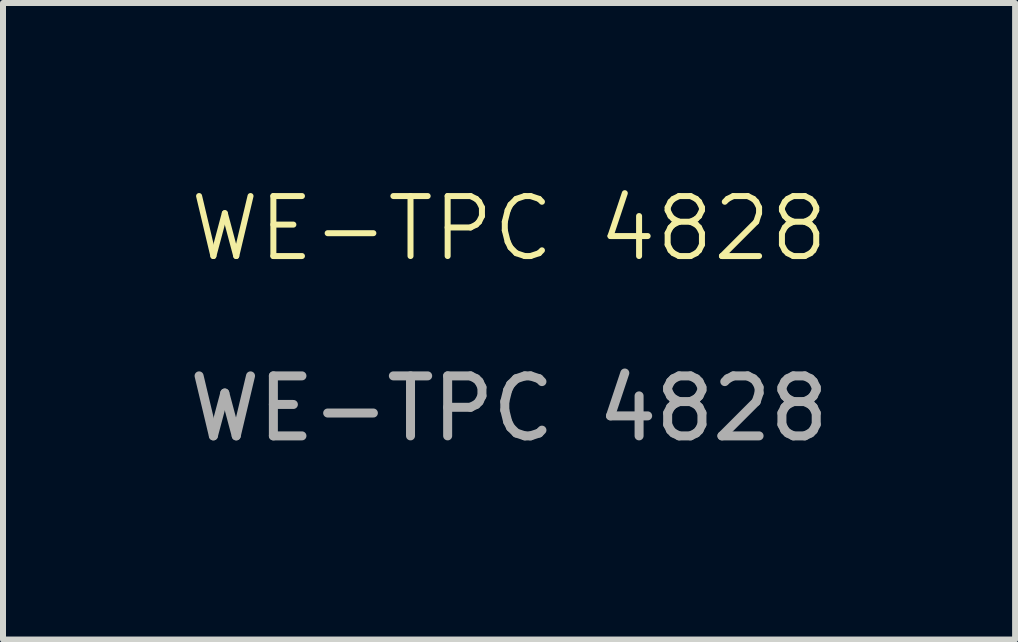
<source format=kicad_pcb>
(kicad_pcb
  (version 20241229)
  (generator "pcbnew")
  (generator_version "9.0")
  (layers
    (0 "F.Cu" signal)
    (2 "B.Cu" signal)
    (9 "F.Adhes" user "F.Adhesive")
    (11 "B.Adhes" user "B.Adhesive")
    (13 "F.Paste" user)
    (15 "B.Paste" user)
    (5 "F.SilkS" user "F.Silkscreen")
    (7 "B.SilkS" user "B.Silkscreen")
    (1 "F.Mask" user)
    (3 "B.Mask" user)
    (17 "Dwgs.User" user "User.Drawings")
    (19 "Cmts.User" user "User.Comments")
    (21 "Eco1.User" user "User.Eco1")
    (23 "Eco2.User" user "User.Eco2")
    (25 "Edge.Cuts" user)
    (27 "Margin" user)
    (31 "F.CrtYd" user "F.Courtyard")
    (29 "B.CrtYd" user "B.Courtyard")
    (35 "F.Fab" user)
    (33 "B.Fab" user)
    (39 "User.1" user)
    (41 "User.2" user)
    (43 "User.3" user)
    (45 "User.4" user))
  (footprint "WE-TPC 4828"
    (layer "F.Cu")
    (at 5.435 1.26)
    (property "Reference" "WE-TPC 4828" (at 0 -0.5 0) (unlocked yes) (layer "F.SilkS") (effects (font (size 1 1) (thickness 0.1))))
    (attr smd)
    (fp_text user "${REFERENCE}" (at 0 2.5 0) (unlocked yes) (layer "F.Fab") (effects (font (size 1 1) (thickness 0.15)))))
  (gr_rect
    (start -3 -3)
    (end 13.869 7.609)
    (stroke (width 0.1) (type default))
    (fill no)
    (layer "Edge.Cuts")))
</source>
